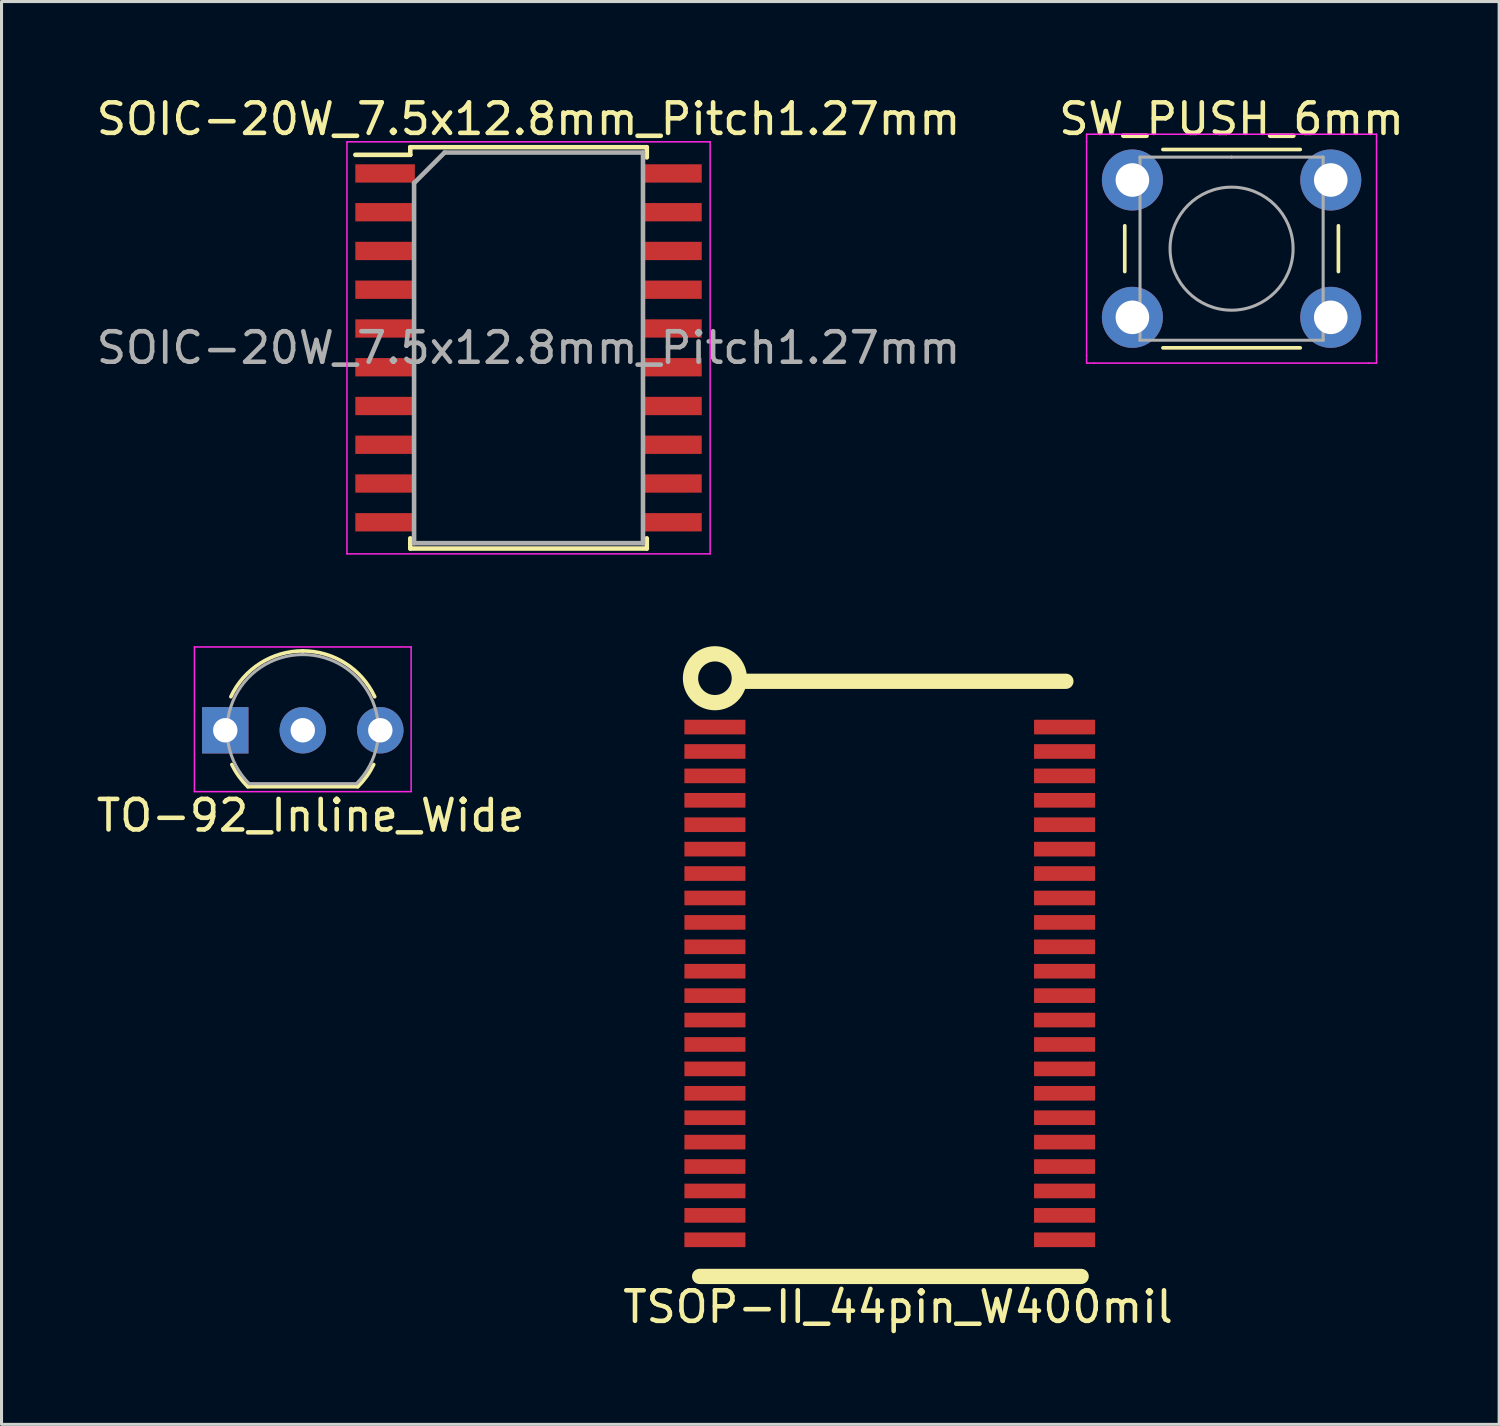
<source format=kicad_pcb>
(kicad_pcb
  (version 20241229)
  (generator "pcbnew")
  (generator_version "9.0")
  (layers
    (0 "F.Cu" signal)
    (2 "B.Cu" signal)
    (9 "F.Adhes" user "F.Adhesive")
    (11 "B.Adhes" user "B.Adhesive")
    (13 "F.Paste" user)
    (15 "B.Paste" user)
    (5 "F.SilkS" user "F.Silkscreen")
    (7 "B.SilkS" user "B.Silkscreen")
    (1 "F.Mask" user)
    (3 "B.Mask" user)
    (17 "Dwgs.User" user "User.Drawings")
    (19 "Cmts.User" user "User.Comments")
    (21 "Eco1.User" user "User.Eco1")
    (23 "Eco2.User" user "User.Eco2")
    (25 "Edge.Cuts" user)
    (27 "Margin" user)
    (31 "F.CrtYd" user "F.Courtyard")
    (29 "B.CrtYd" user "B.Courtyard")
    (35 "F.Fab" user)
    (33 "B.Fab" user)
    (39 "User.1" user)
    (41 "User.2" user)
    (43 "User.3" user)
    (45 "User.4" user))
  (footprint "SW_PUSH_6mm"
    (layer "F.Cu")
    (at 34.054 2.848)
    (property "Reference" "SW_PUSH_6mm" (at 3.25 -2 0) (layer "F.SilkS") (effects (font (size 1 1) (thickness 0.15))))
    (attr through_hole)
    (fp_line (start -0.25 1.5) (end -0.25 3) (stroke (width 0.12) (type solid)) (layer "F.SilkS"))
    (fp_line (start 1 5.5) (end 5.5 5.5) (stroke (width 0.12) (type solid)) (layer "F.SilkS"))
    (fp_line (start 5.5 -1) (end 1 -1) (stroke (width 0.12) (type solid)) (layer "F.SilkS"))
    (fp_line (start 6.75 3) (end 6.75 1.5) (stroke (width 0.12) (type solid)) (layer "F.SilkS"))
    (fp_line (start -1.5 -1.5) (end -1.25 -1.5) (stroke (width 0.05) (type solid)) (layer "F.CrtYd"))
    (fp_line (start -1.5 -1.25) (end -1.5 -1.5) (stroke (width 0.05) (type solid)) (layer "F.CrtYd"))
    (fp_line (start -1.5 5.75) (end -1.5 -1.25) (stroke (width 0.05) (type solid)) (layer "F.CrtYd"))
    (fp_line (start -1.5 5.75) (end -1.5 6) (stroke (width 0.05) (type solid)) (layer "F.CrtYd"))
    (fp_line (start -1.5 6) (end -1.25 6) (stroke (width 0.05) (type solid)) (layer "F.CrtYd"))
    (fp_line (start -1.25 -1.5) (end 7.75 -1.5) (stroke (width 0.05) (type solid)) (layer "F.CrtYd"))
    (fp_line (start 7.75 -1.5) (end 8 -1.5) (stroke (width 0.05) (type solid)) (layer "F.CrtYd"))
    (fp_line (start 7.75 6) (end -1.25 6) (stroke (width 0.05) (type solid)) (layer "F.CrtYd"))
    (fp_line (start 7.75 6) (end 8 6) (stroke (width 0.05) (type solid)) (layer "F.CrtYd"))
    (fp_line (start 8 -1.5) (end 8 -1.25) (stroke (width 0.05) (type solid)) (layer "F.CrtYd"))
    (fp_line (start 8 -1.25) (end 8 5.75) (stroke (width 0.05) (type solid)) (layer "F.CrtYd"))
    (fp_line (start 8 6) (end 8 5.75) (stroke (width 0.05) (type solid)) (layer "F.CrtYd"))
    (fp_line (start 0.25 -0.75) (end 3.25 -0.75) (stroke (width 0.1) (type solid)) (layer "F.Fab"))
    (fp_line (start 0.25 5.25) (end 0.25 -0.75) (stroke (width 0.1) (type solid)) (layer "F.Fab"))
    (fp_line (start 3.25 -0.75) (end 6.25 -0.75) (stroke (width 0.1) (type solid)) (layer "F.Fab"))
    (fp_line (start 6.25 -0.75) (end 6.25 5.25) (stroke (width 0.1) (type solid)) (layer "F.Fab"))
    (fp_line (start 6.25 5.25) (end 0.25 5.25) (stroke (width 0.1) (type solid)) (layer "F.Fab"))
    (fp_circle (center 3.25 2.25) (end 1.25 2.5) (stroke (width 0.1) (type solid)) (fill no) (layer "F.Fab"))
    (pad "1" thru_hole circle (at 0 0 90) (size 2 2) (drill 1.1) (layers "*.Cu" "*.Mask"))
    (pad "1" thru_hole circle (at 6.5 0 90) (size 2 2) (drill 1.1) (layers "*.Cu" "*.Mask"))
    (pad "2" thru_hole circle (at 0 4.5 90) (size 2 2) (drill 1.1) (layers "*.Cu" "*.Mask"))
    (pad "2" thru_hole circle (at 6.5 4.5 90) (size 2 2) (drill 1.1) (layers "*.Cu" "*.Mask")))
  (footprint "SOIC-20W_7.5x12.8mm_Pitch1.27mm"
    (layer "F.Cu")
    (at 14.268 8.348)
    (property "Reference" "SOIC-20W_7.5x12.8mm_Pitch1.27mm" (at 0 -7.5 0) (layer "F.SilkS") (effects (font (size 1 1) (thickness 0.15))))
    (attr smd)
    (fp_line (start -3.875 -6.575) (end -3.875 -6.325) (stroke (width 0.15) (type solid)) (layer "F.SilkS"))
    (fp_line (start -3.875 -6.575) (end 3.875 -6.575) (stroke (width 0.15) (type solid)) (layer "F.SilkS"))
    (fp_line (start -3.875 -6.325) (end -5.675 -6.325) (stroke (width 0.15) (type solid)) (layer "F.SilkS"))
    (fp_line (start -3.875 6.575) (end -3.875 6.24) (stroke (width 0.15) (type solid)) (layer "F.SilkS"))
    (fp_line (start -3.875 6.575) (end 3.875 6.575) (stroke (width 0.15) (type solid)) (layer "F.SilkS"))
    (fp_line (start 3.875 -6.575) (end 3.875 -6.24) (stroke (width 0.15) (type solid)) (layer "F.SilkS"))
    (fp_line (start 3.875 6.575) (end 3.875 6.24) (stroke (width 0.15) (type solid)) (layer "F.SilkS"))
    (fp_line (start -5.95 -6.75) (end -5.95 6.75) (stroke (width 0.05) (type solid)) (layer "F.CrtYd"))
    (fp_line (start -5.95 -6.75) (end 5.95 -6.75) (stroke (width 0.05) (type solid)) (layer "F.CrtYd"))
    (fp_line (start -5.95 6.75) (end 5.95 6.75) (stroke (width 0.05) (type solid)) (layer "F.CrtYd"))
    (fp_line (start 5.95 -6.75) (end 5.95 6.75) (stroke (width 0.05) (type solid)) (layer "F.CrtYd"))
    (fp_line (start -3.75 -5.4) (end -2.75 -6.4) (stroke (width 0.15) (type solid)) (layer "F.Fab"))
    (fp_line (start -3.75 6.4) (end -3.75 -5.4) (stroke (width 0.15) (type solid)) (layer "F.Fab"))
    (fp_line (start -2.75 -6.4) (end 3.75 -6.4) (stroke (width 0.15) (type solid)) (layer "F.Fab"))
    (fp_line (start 3.75 -6.4) (end 3.75 6.4) (stroke (width 0.15) (type solid)) (layer "F.Fab"))
    (fp_line (start 3.75 6.4) (end -3.75 6.4) (stroke (width 0.15) (type solid)) (layer "F.Fab"))
    (fp_text user "${REFERENCE}" (at 0 0 0) (layer "F.Fab") (effects (font (size 1 1) (thickness 0.15))))
    (pad "1" smd rect (at -4.7 -5.715) (size 1.95 0.6) (layers "F.Cu" "F.Mask" "F.Paste"))
    (pad "2" smd rect (at -4.7 -4.445) (size 1.95 0.6) (layers "F.Cu" "F.Mask" "F.Paste"))
    (pad "3" smd rect (at -4.7 -3.175) (size 1.95 0.6) (layers "F.Cu" "F.Mask" "F.Paste"))
    (pad "4" smd rect (at -4.7 -1.905) (size 1.95 0.6) (layers "F.Cu" "F.Mask" "F.Paste"))
    (pad "5" smd rect (at -4.7 -0.635) (size 1.95 0.6) (layers "F.Cu" "F.Mask" "F.Paste"))
    (pad "6" smd rect (at -4.7 0.635) (size 1.95 0.6) (layers "F.Cu" "F.Mask" "F.Paste"))
    (pad "7" smd rect (at -4.7 1.905) (size 1.95 0.6) (layers "F.Cu" "F.Mask" "F.Paste"))
    (pad "8" smd rect (at -4.7 3.175) (size 1.95 0.6) (layers "F.Cu" "F.Mask" "F.Paste"))
    (pad "9" smd rect (at -4.7 4.445) (size 1.95 0.6) (layers "F.Cu" "F.Mask" "F.Paste"))
    (pad "10" smd rect (at -4.7 5.715) (size 1.95 0.6) (layers "F.Cu" "F.Mask" "F.Paste"))
    (pad "11" smd rect (at 4.7 5.715) (size 1.95 0.6) (layers "F.Cu" "F.Mask" "F.Paste"))
    (pad "12" smd rect (at 4.7 4.445) (size 1.95 0.6) (layers "F.Cu" "F.Mask" "F.Paste"))
    (pad "13" smd rect (at 4.7 3.175) (size 1.95 0.6) (layers "F.Cu" "F.Mask" "F.Paste"))
    (pad "14" smd rect (at 4.7 1.905) (size 1.95 0.6) (layers "F.Cu" "F.Mask" "F.Paste"))
    (pad "15" smd rect (at 4.7 0.635) (size 1.95 0.6) (layers "F.Cu" "F.Mask" "F.Paste"))
    (pad "16" smd rect (at 4.7 -0.635) (size 1.95 0.6) (layers "F.Cu" "F.Mask" "F.Paste"))
    (pad "17" smd rect (at 4.7 -1.905) (size 1.95 0.6) (layers "F.Cu" "F.Mask" "F.Paste"))
    (pad "18" smd rect (at 4.7 -3.175) (size 1.95 0.6) (layers "F.Cu" "F.Mask" "F.Paste"))
    (pad "19" smd rect (at 4.7 -4.445) (size 1.95 0.6) (layers "F.Cu" "F.Mask" "F.Paste"))
    (pad "20" smd rect (at 4.7 -5.715) (size 1.95 0.6) (layers "F.Cu" "F.Mask" "F.Paste")))
  (footprint "TSOP-II_44pin_W400mil"
    (layer "F.Cu")
    (at 20.375 20.773)
    (property "Reference" "TSOP-II_44pin_W400mil" (at 6 19 0) (layer "F.SilkS") (effects (font (size 1 1) (thickness 0.15))))
    (attr through_hole)
    (fp_line (start -0.5 18) (end 12 18) (stroke (width 0.5) (type solid)) (layer "F.SilkS"))
    (fp_line (start 11.5 -1.5) (end 1 -1.5) (stroke (width 0.5) (type solid)) (layer "F.SilkS"))
    (fp_circle (center 0 -1.6) (end 0 -0.8) (stroke (width 0.5) (type solid)) (fill no) (layer "F.SilkS"))
    (pad "1" smd rect (at 0 0) (size 2 0.48) (layers "F.Cu" "F.Mask" "F.Paste"))
    (pad "2" smd rect (at 0 0.8) (size 2 0.48) (layers "F.Cu" "F.Mask" "F.Paste"))
    (pad "3" smd rect (at 0 1.6) (size 2 0.48) (layers "F.Cu" "F.Mask" "F.Paste"))
    (pad "4" smd rect (at 0 2.4) (size 2 0.48) (layers "F.Cu" "F.Mask" "F.Paste"))
    (pad "5" smd rect (at 0 3.2) (size 2 0.48) (layers "F.Cu" "F.Mask" "F.Paste"))
    (pad "6" smd rect (at 0 4) (size 2 0.48) (layers "F.Cu" "F.Mask" "F.Paste"))
    (pad "7" smd rect (at 0 4.8) (size 2 0.48) (layers "F.Cu" "F.Mask" "F.Paste"))
    (pad "8" smd rect (at 0 5.6) (size 2 0.48) (layers "F.Cu" "F.Mask" "F.Paste"))
    (pad "9" smd rect (at 0 6.4) (size 2 0.48) (layers "F.Cu" "F.Mask" "F.Paste"))
    (pad "10" smd rect (at 0 7.2) (size 2 0.48) (layers "F.Cu" "F.Mask" "F.Paste"))
    (pad "11" smd rect (at 0 8) (size 2 0.48) (layers "F.Cu" "F.Mask" "F.Paste"))
    (pad "12" smd rect (at 0 8.8) (size 2 0.48) (layers "F.Cu" "F.Mask" "F.Paste"))
    (pad "13" smd rect (at 0 9.6) (size 2 0.48) (layers "F.Cu" "F.Mask" "F.Paste"))
    (pad "14" smd rect (at 0 10.4) (size 2 0.48) (layers "F.Cu" "F.Mask" "F.Paste"))
    (pad "15" smd rect (at 0 11.2) (size 2 0.48) (layers "F.Cu" "F.Mask" "F.Paste"))
    (pad "16" smd rect (at 0 12) (size 2 0.48) (layers "F.Cu" "F.Mask" "F.Paste"))
    (pad "17" smd rect (at 0 12.8) (size 2 0.48) (layers "F.Cu" "F.Mask" "F.Paste"))
    (pad "18" smd rect (at 0 13.6) (size 2 0.48) (layers "F.Cu" "F.Mask" "F.Paste"))
    (pad "19" smd rect (at 0 14.4) (size 2 0.48) (layers "F.Cu" "F.Mask" "F.Paste"))
    (pad "20" smd rect (at 0 15.2) (size 2 0.48) (layers "F.Cu" "F.Mask" "F.Paste"))
    (pad "21" smd rect (at 0 16) (size 2 0.48) (layers "F.Cu" "F.Mask" "F.Paste"))
    (pad "22" smd rect (at 0 16.8) (size 2 0.48) (layers "F.Cu" "F.Mask" "F.Paste"))
    (pad "23" smd rect (at 11.457 16.8) (size 2 0.48) (layers "F.Cu" "F.Mask" "F.Paste"))
    (pad "24" smd rect (at 11.457 16) (size 2 0.48) (layers "F.Cu" "F.Mask" "F.Paste"))
    (pad "25" smd rect (at 11.457 15.2) (size 2 0.48) (layers "F.Cu" "F.Mask" "F.Paste"))
    (pad "26" smd rect (at 11.457 14.4) (size 2 0.48) (layers "F.Cu" "F.Mask" "F.Paste"))
    (pad "27" smd rect (at 11.457 13.6) (size 2 0.48) (layers "F.Cu" "F.Mask" "F.Paste"))
    (pad "28" smd rect (at 11.457 12.8) (size 2 0.48) (layers "F.Cu" "F.Mask" "F.Paste"))
    (pad "29" smd rect (at 11.457 12) (size 2 0.48) (layers "F.Cu" "F.Mask" "F.Paste"))
    (pad "30" smd rect (at 11.457 11.2) (size 2 0.48) (layers "F.Cu" "F.Mask" "F.Paste"))
    (pad "31" smd rect (at 11.457 10.4) (size 2 0.48) (layers "F.Cu" "F.Mask" "F.Paste"))
    (pad "32" smd rect (at 11.457 9.6) (size 2 0.48) (layers "F.Cu" "F.Mask" "F.Paste"))
    (pad "33" smd rect (at 11.457 8.8) (size 2 0.48) (layers "F.Cu" "F.Mask" "F.Paste"))
    (pad "34" smd rect (at 11.457 8) (size 2 0.48) (layers "F.Cu" "F.Mask" "F.Paste"))
    (pad "35" smd rect (at 11.457 7.2) (size 2 0.48) (layers "F.Cu" "F.Mask" "F.Paste"))
    (pad "36" smd rect (at 11.457 6.4) (size 2 0.48) (layers "F.Cu" "F.Mask" "F.Paste"))
    (pad "37" smd rect (at 11.457 5.6) (size 2 0.48) (layers "F.Cu" "F.Mask" "F.Paste"))
    (pad "38" smd rect (at 11.457 4.8) (size 2 0.48) (layers "F.Cu" "F.Mask" "F.Paste"))
    (pad "39" smd rect (at 11.457 4) (size 2 0.48) (layers "F.Cu" "F.Mask" "F.Paste"))
    (pad "40" smd rect (at 11.457 3.2) (size 2 0.48) (layers "F.Cu" "F.Mask" "F.Paste"))
    (pad "41" smd rect (at 11.457 2.4) (size 2 0.48) (layers "F.Cu" "F.Mask" "F.Paste"))
    (pad "42" smd rect (at 11.457 1.6) (size 2 0.48) (layers "F.Cu" "F.Mask" "F.Paste"))
    (pad "43" smd rect (at 11.457 0.8) (size 2 0.48) (layers "F.Cu" "F.Mask" "F.Paste"))
    (pad "44" smd rect (at 11.457 0) (size 2 0.48) (layers "F.Cu" "F.Mask" "F.Paste")))
  (footprint "TO-92_Inline_Wide"
    (layer "F.Cu")
    (at 4.331 20.878)
    (property "Reference" "TO-92_Inline_Wide" (at 2.794 2.794 180) (layer "F.SilkS") (effects (font (size 1 1) (thickness 0.15))))
    (attr through_hole)
    (fp_line (start 0.74 1.85) (end 4.34 1.85) (stroke (width 0.12) (type solid)) (layer "F.SilkS"))
    (fp_arc (start 0.1836 -1.098807) (mid 1.143021 -2.192817) (end 2.54 -2.6) (stroke (width 0.12) (type solid)) (layer "F.SilkS"))
    (fp_arc (start 0.74 1.85) (mid 0.446097 1.509328) (end 0.215816 1.122795) (stroke (width 0.12) (type solid)) (layer "F.SilkS"))
    (fp_arc (start 2.54 -2.6) (mid 3.936979 -2.192818) (end 4.8964 -1.098807) (stroke (width 0.12) (type solid)) (layer "F.SilkS"))
    (fp_arc (start 4.864184 1.122795) (mid 4.633903 1.509328) (end 4.34 1.85) (stroke (width 0.12) (type solid)) (layer "F.SilkS"))
    (fp_line (start -1.01 -2.73) (end -1.01 2.01) (stroke (width 0.05) (type solid)) (layer "F.CrtYd"))
    (fp_line (start -1.01 -2.73) (end 6.09 -2.73) (stroke (width 0.05) (type solid)) (layer "F.CrtYd"))
    (fp_line (start 6.09 2.01) (end -1.01 2.01) (stroke (width 0.05) (type solid)) (layer "F.CrtYd"))
    (fp_line (start 6.09 2.01) (end 6.09 -2.73) (stroke (width 0.05) (type solid)) (layer "F.CrtYd"))
    (fp_line (start 0.8 1.75) (end 4.3 1.75) (stroke (width 0.1) (type solid)) (layer "F.Fab"))
    (fp_arc (start 0.786375 1.753625) (mid 0.248779 -0.949055) (end 2.54 -2.48) (stroke (width 0.1) (type solid)) (layer "F.Fab"))
    (fp_arc (start 2.54 -2.48) (mid 4.831221 -0.949055) (end 4.293625 1.753625) (stroke (width 0.1) (type solid)) (layer "F.Fab"))
    (pad "1" thru_hole rect (at 0 0 90) (size 1.52 1.52) (drill 0.8) (layers "*.Cu" "*.Mask"))
    (pad "2" thru_hole circle (at 2.54 0 90) (size 1.52 1.52) (drill 0.8) (layers "*.Cu" "*.Mask"))
    (pad "3" thru_hole circle (at 5.08 0 90) (size 1.52 1.52) (drill 0.8) (layers "*.Cu" "*.Mask")))
  (gr_rect
    (start -3 -3)
    (end 46.071 43.621)
    (stroke (width 0.1) (type default))
    (fill no)
    (layer "Edge.Cuts")))
</source>
